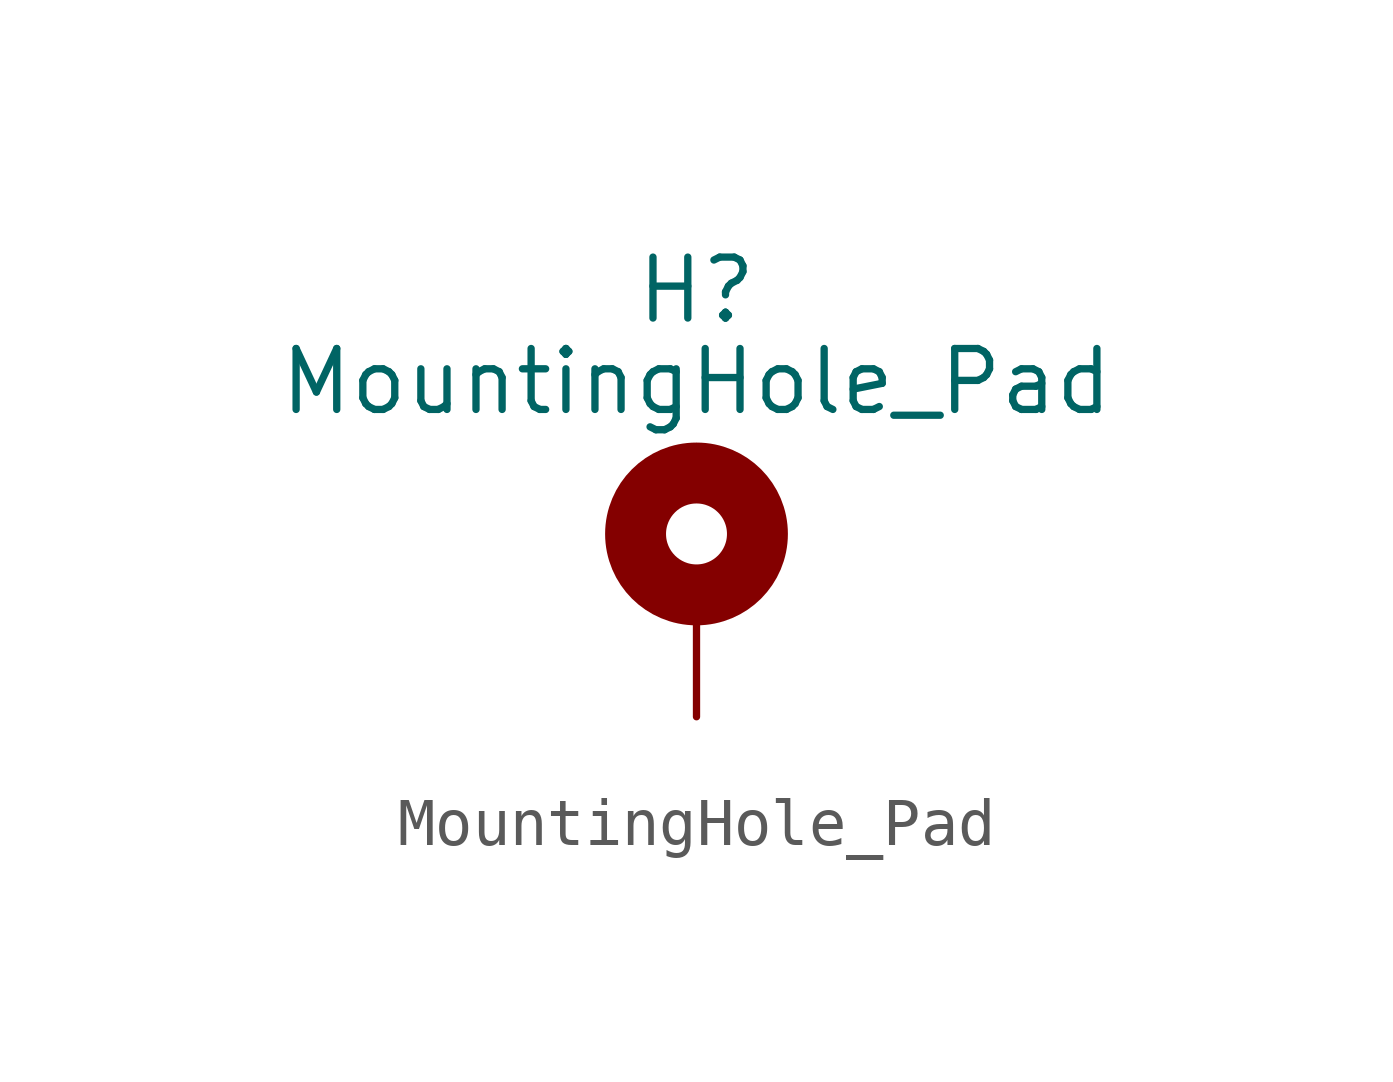
<source format=kicad_sym>
(kicad_symbol_lib
  (version 20231120)
  (generator "kicad_symbol_editor")
  (generator_version "8.0")
  (symbol "MountingHole_Pad"
    (pin_numbers hide)
    (pin_names
      (offset 1.016) hide)
    (property "Reference" "H"
      (at 0 6.35 0)
      (effects (font (size 1.27 1.27))))
    (property "Value" "MountingHole_Pad"
      (at 0 4.445 0)
      (effects (font (size 1.27 1.27))))
    (symbol "MountingHole_Pad_1_1"
      (circle (center 0 1.27) (radius 1.27) (stroke (width 1.27) (type default)) (fill (type none)))
      (pin input line (at 0 -2.54 90) (length 2.54) (name "1" (effects (font (size 1.27 1.27)))) (number "1" (effects (font (size 1.27 1.27))))))))
</source>
